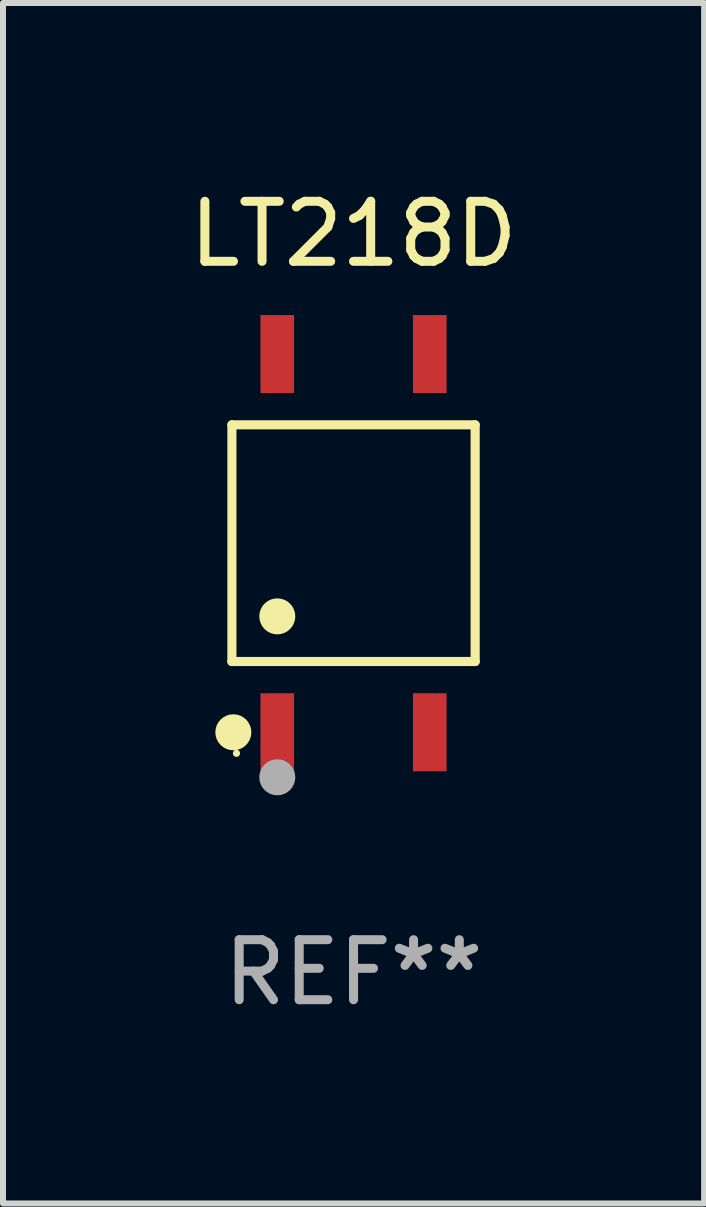
<source format=kicad_pcb>
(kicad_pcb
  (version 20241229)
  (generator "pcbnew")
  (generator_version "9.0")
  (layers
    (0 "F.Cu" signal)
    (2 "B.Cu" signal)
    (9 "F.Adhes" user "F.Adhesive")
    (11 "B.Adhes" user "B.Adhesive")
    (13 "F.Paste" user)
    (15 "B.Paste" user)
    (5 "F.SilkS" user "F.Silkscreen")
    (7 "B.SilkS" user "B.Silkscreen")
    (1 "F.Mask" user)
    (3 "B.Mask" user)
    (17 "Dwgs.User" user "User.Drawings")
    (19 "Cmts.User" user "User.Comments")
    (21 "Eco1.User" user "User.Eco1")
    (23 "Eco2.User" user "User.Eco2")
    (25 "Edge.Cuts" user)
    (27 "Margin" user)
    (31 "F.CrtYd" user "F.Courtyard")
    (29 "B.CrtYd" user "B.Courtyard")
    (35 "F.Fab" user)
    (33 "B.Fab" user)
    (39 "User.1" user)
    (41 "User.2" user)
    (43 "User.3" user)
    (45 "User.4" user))
  (footprint "LT218D"
    (layer "F.Cu")
    (at 2.839 5.998)
    (property "Reference" "LT218D" (at 0 -5.15 0) (layer "F.SilkS") (effects (font (size 1 1) (thickness 0.15))))
    (attr through_hole)
    (fp_line (start -2.026 -1.971) (end 2.026 -1.971) (stroke (width 0.152) (type solid)) (layer "F.SilkS"))
    (fp_line (start -2.026 1.971) (end -2.026 -1.971) (stroke (width 0.152) (type solid)) (layer "F.SilkS"))
    (fp_line (start 2.026 -1.971) (end 2.026 1.971) (stroke (width 0.152) (type solid)) (layer "F.SilkS"))
    (fp_line (start 2.026 1.971) (end -2.026 1.971) (stroke (width 0.152) (type solid)) (layer "F.SilkS"))
    (fp_circle (center -2.002 3.15) (end -1.852 3.15) (stroke (width 0.3) (type solid)) (fill no) (layer "F.SilkS"))
    (fp_circle (center -1.95 3.5) (end -1.92 3.5) (stroke (width 0.06) (type solid)) (fill no) (layer "F.SilkS"))
    (fp_circle (center -1.27 1.219) (end -1.12 1.219) (stroke (width 0.3) (type solid)) (fill no) (layer "F.SilkS"))
    (fp_circle (center -1.27 3.9) (end -1.12 3.9) (stroke (width 0.3) (type solid)) (fill no) (layer "F.Fab"))
    (fp_text user "REF**" (at 0 7.15 0) (layer "F.Fab") (effects (font (size 1 1) (thickness 0.15))))
    (pad "1" smd rect (at -1.27 3.15) (size 0.56 1.3) (layers "F.Cu" "F.Mask" "F.Paste"))
    (pad "2" smd rect (at 1.27 3.15) (size 0.56 1.3) (layers "F.Cu" "F.Mask" "F.Paste"))
    (pad "3" smd rect (at 1.27 -3.15) (size 0.56 1.3) (layers "F.Cu" "F.Mask" "F.Paste"))
    (pad "4" smd rect (at -1.27 -3.15) (size 0.56 1.3) (layers "F.Cu" "F.Mask" "F.Paste")))
  (gr_rect
    (start -3 -3)
    (end 8.679 16.997)
    (stroke (width 0.1) (type default))
    (fill no)
    (layer "Edge.Cuts")))
</source>
